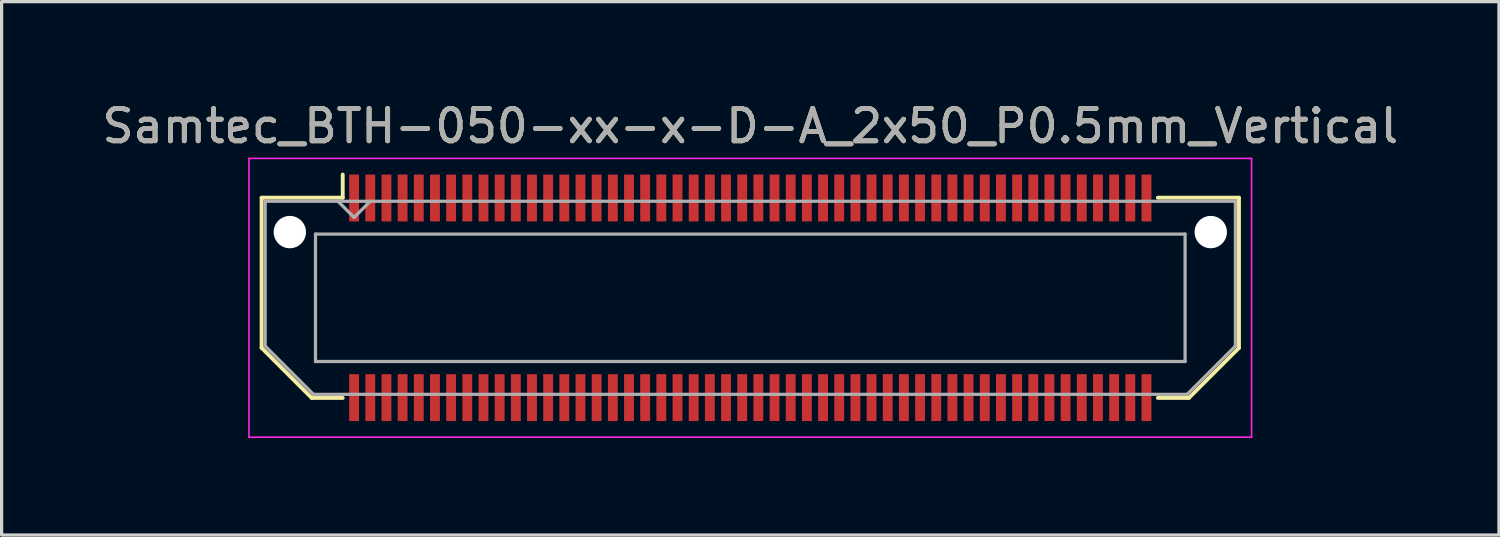
<source format=kicad_pcb>
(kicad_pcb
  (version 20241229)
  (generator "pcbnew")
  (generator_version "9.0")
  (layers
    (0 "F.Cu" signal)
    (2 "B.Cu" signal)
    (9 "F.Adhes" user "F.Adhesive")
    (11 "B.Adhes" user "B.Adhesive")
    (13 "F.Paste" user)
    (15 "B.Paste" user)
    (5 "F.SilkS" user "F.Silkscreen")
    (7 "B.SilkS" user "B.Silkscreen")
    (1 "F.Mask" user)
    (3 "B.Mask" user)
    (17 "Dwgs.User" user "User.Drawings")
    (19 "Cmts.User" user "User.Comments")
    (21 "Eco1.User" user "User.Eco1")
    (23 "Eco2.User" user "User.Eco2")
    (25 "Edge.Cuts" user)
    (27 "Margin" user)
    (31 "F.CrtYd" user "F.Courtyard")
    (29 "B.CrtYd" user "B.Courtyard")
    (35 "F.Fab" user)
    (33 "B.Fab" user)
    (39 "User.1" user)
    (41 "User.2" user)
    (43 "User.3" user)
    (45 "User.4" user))
  (footprint "Samtec_BTH-050-xx-x-D-A_2x50_P0.5mm_Vertical"
    (layer "F.Cu")
    (at 20.149 6.158)
    (property "Reference" "Samtec_BTH-050-xx-x-D-A_2x50_P0.5mm_Vertical" (at 0 -5.31 0) (layer "F.SilkS") (effects (font (size 1 1) (thickness 0.15))))
    (attr smd)
    (fp_line (start -15.11 -3.095) (end -15.11 1.548) (stroke (width 0.12) (type solid)) (layer "F.SilkS"))
    (fp_line (start -15.11 1.548) (end -13.562 3.095) (stroke (width 0.12) (type solid)) (layer "F.SilkS"))
    (fp_line (start -13.562 3.095) (end -12.602 3.095) (stroke (width 0.12) (type solid)) (layer "F.SilkS"))
    (fp_line (start -12.602 -3.811) (end -12.602 -3.095) (stroke (width 0.12) (type solid)) (layer "F.SilkS"))
    (fp_line (start -12.602 -3.095) (end -15.11 -3.095) (stroke (width 0.12) (type solid)) (layer "F.SilkS"))
    (fp_line (start 12.602 -3.095) (end 15.11 -3.095) (stroke (width 0.12) (type solid)) (layer "F.SilkS"))
    (fp_line (start 13.562 3.095) (end 12.602 3.095) (stroke (width 0.12) (type solid)) (layer "F.SilkS"))
    (fp_line (start 15.11 -3.095) (end 15.11 1.548) (stroke (width 0.12) (type solid)) (layer "F.SilkS"))
    (fp_line (start 15.11 1.548) (end 13.562 3.095) (stroke (width 0.12) (type solid)) (layer "F.SilkS"))
    (fp_line (start -15.5 -4.31) (end -15.5 4.31) (stroke (width 0.05) (type solid)) (layer "F.CrtYd"))
    (fp_line (start -15.5 4.31) (end 15.5 4.31) (stroke (width 0.05) (type solid)) (layer "F.CrtYd"))
    (fp_line (start 15.5 -4.31) (end -15.5 -4.31) (stroke (width 0.05) (type solid)) (layer "F.CrtYd"))
    (fp_line (start 15.5 4.31) (end 15.5 -4.31) (stroke (width 0.05) (type solid)) (layer "F.CrtYd"))
    (fp_line (start -15 -2.985) (end -15 1.492) (stroke (width 0.1) (type solid)) (layer "F.Fab"))
    (fp_line (start -15 -2.985) (end 15 -2.985) (stroke (width 0.1) (type solid)) (layer "F.Fab"))
    (fp_line (start -15 1.492) (end -13.508 2.985) (stroke (width 0.1) (type solid)) (layer "F.Fab"))
    (fp_line (start -13.508 2.985) (end 13.508 2.985) (stroke (width 0.1) (type solid)) (layer "F.Fab"))
    (fp_line (start -13.444 -1.97) (end -13.444 1.97) (stroke (width 0.1) (type solid)) (layer "F.Fab"))
    (fp_line (start -13.444 1.97) (end 13.444 1.97) (stroke (width 0.1) (type solid)) (layer "F.Fab"))
    (fp_line (start -12.25 -2.485) (end -12.75 -2.985) (stroke (width 0.1) (type solid)) (layer "F.Fab"))
    (fp_line (start -11.75 -2.985) (end -12.25 -2.485) (stroke (width 0.1) (type solid)) (layer "F.Fab"))
    (fp_line (start 13.444 -1.97) (end -13.444 -1.97) (stroke (width 0.1) (type solid)) (layer "F.Fab"))
    (fp_line (start 13.444 1.97) (end 13.444 -1.97) (stroke (width 0.1) (type solid)) (layer "F.Fab"))
    (fp_line (start 15 -2.985) (end 15 1.492) (stroke (width 0.1) (type solid)) (layer "F.Fab"))
    (fp_line (start 15 1.492) (end 13.508 2.985) (stroke (width 0.1) (type solid)) (layer "F.Fab"))
    (fp_text user "${REFERENCE}" (at 0 -5.31 0) (layer "F.Fab") (effects (font (size 1 1) (thickness 0.15))))
    (pad "" np_thru_hole circle (at -14.238 -2.032) (size 1 1) (drill 1) (layers "*.Cu" "*.Mask"))
    (pad "" np_thru_hole circle (at 14.238 -2.032) (size 1 1) (drill 1) (layers "*.Cu" "*.Mask"))
    (pad "1" smd rect (at -12.25 -3.086) (size 0.305 1.45) (layers "F.Cu" "F.Mask" "F.Paste"))
    (pad "2" smd rect (at -12.25 3.086) (size 0.305 1.45) (layers "F.Cu" "F.Mask" "F.Paste"))
    (pad "3" smd rect (at -11.75 -3.086) (size 0.305 1.45) (layers "F.Cu" "F.Mask" "F.Paste"))
    (pad "4" smd rect (at -11.75 3.086) (size 0.305 1.45) (layers "F.Cu" "F.Mask" "F.Paste"))
    (pad "5" smd rect (at -11.25 -3.086) (size 0.305 1.45) (layers "F.Cu" "F.Mask" "F.Paste"))
    (pad "6" smd rect (at -11.25 3.086) (size 0.305 1.45) (layers "F.Cu" "F.Mask" "F.Paste"))
    (pad "7" smd rect (at -10.75 -3.086) (size 0.305 1.45) (layers "F.Cu" "F.Mask" "F.Paste"))
    (pad "8" smd rect (at -10.75 3.086) (size 0.305 1.45) (layers "F.Cu" "F.Mask" "F.Paste"))
    (pad "9" smd rect (at -10.25 -3.086) (size 0.305 1.45) (layers "F.Cu" "F.Mask" "F.Paste"))
    (pad "10" smd rect (at -10.25 3.086) (size 0.305 1.45) (layers "F.Cu" "F.Mask" "F.Paste"))
    (pad "11" smd rect (at -9.75 -3.086) (size 0.305 1.45) (layers "F.Cu" "F.Mask" "F.Paste"))
    (pad "12" smd rect (at -9.75 3.086) (size 0.305 1.45) (layers "F.Cu" "F.Mask" "F.Paste"))
    (pad "13" smd rect (at -9.25 -3.086) (size 0.305 1.45) (layers "F.Cu" "F.Mask" "F.Paste"))
    (pad "14" smd rect (at -9.25 3.086) (size 0.305 1.45) (layers "F.Cu" "F.Mask" "F.Paste"))
    (pad "15" smd rect (at -8.75 -3.086) (size 0.305 1.45) (layers "F.Cu" "F.Mask" "F.Paste"))
    (pad "16" smd rect (at -8.75 3.086) (size 0.305 1.45) (layers "F.Cu" "F.Mask" "F.Paste"))
    (pad "17" smd rect (at -8.25 -3.086) (size 0.305 1.45) (layers "F.Cu" "F.Mask" "F.Paste"))
    (pad "18" smd rect (at -8.25 3.086) (size 0.305 1.45) (layers "F.Cu" "F.Mask" "F.Paste"))
    (pad "19" smd rect (at -7.75 -3.086) (size 0.305 1.45) (layers "F.Cu" "F.Mask" "F.Paste"))
    (pad "20" smd rect (at -7.75 3.086) (size 0.305 1.45) (layers "F.Cu" "F.Mask" "F.Paste"))
    (pad "21" smd rect (at -7.25 -3.086) (size 0.305 1.45) (layers "F.Cu" "F.Mask" "F.Paste"))
    (pad "22" smd rect (at -7.25 3.086) (size 0.305 1.45) (layers "F.Cu" "F.Mask" "F.Paste"))
    (pad "23" smd rect (at -6.75 -3.086) (size 0.305 1.45) (layers "F.Cu" "F.Mask" "F.Paste"))
    (pad "24" smd rect (at -6.75 3.086) (size 0.305 1.45) (layers "F.Cu" "F.Mask" "F.Paste"))
    (pad "25" smd rect (at -6.25 -3.086) (size 0.305 1.45) (layers "F.Cu" "F.Mask" "F.Paste"))
    (pad "26" smd rect (at -6.25 3.086) (size 0.305 1.45) (layers "F.Cu" "F.Mask" "F.Paste"))
    (pad "27" smd rect (at -5.75 -3.086) (size 0.305 1.45) (layers "F.Cu" "F.Mask" "F.Paste"))
    (pad "28" smd rect (at -5.75 3.086) (size 0.305 1.45) (layers "F.Cu" "F.Mask" "F.Paste"))
    (pad "29" smd rect (at -5.25 -3.086) (size 0.305 1.45) (layers "F.Cu" "F.Mask" "F.Paste"))
    (pad "30" smd rect (at -5.25 3.086) (size 0.305 1.45) (layers "F.Cu" "F.Mask" "F.Paste"))
    (pad "31" smd rect (at -4.75 -3.086) (size 0.305 1.45) (layers "F.Cu" "F.Mask" "F.Paste"))
    (pad "32" smd rect (at -4.75 3.086) (size 0.305 1.45) (layers "F.Cu" "F.Mask" "F.Paste"))
    (pad "33" smd rect (at -4.25 -3.086) (size 0.305 1.45) (layers "F.Cu" "F.Mask" "F.Paste"))
    (pad "34" smd rect (at -4.25 3.086) (size 0.305 1.45) (layers "F.Cu" "F.Mask" "F.Paste"))
    (pad "35" smd rect (at -3.75 -3.086) (size 0.305 1.45) (layers "F.Cu" "F.Mask" "F.Paste"))
    (pad "36" smd rect (at -3.75 3.086) (size 0.305 1.45) (layers "F.Cu" "F.Mask" "F.Paste"))
    (pad "37" smd rect (at -3.25 -3.086) (size 0.305 1.45) (layers "F.Cu" "F.Mask" "F.Paste"))
    (pad "38" smd rect (at -3.25 3.086) (size 0.305 1.45) (layers "F.Cu" "F.Mask" "F.Paste"))
    (pad "39" smd rect (at -2.75 -3.086) (size 0.305 1.45) (layers "F.Cu" "F.Mask" "F.Paste"))
    (pad "40" smd rect (at -2.75 3.086) (size 0.305 1.45) (layers "F.Cu" "F.Mask" "F.Paste"))
    (pad "41" smd rect (at -2.25 -3.086) (size 0.305 1.45) (layers "F.Cu" "F.Mask" "F.Paste"))
    (pad "42" smd rect (at -2.25 3.086) (size 0.305 1.45) (layers "F.Cu" "F.Mask" "F.Paste"))
    (pad "43" smd rect (at -1.75 -3.086) (size 0.305 1.45) (layers "F.Cu" "F.Mask" "F.Paste"))
    (pad "44" smd rect (at -1.75 3.086) (size 0.305 1.45) (layers "F.Cu" "F.Mask" "F.Paste"))
    (pad "45" smd rect (at -1.25 -3.086) (size 0.305 1.45) (layers "F.Cu" "F.Mask" "F.Paste"))
    (pad "46" smd rect (at -1.25 3.086) (size 0.305 1.45) (layers "F.Cu" "F.Mask" "F.Paste"))
    (pad "47" smd rect (at -0.75 -3.086) (size 0.305 1.45) (layers "F.Cu" "F.Mask" "F.Paste"))
    (pad "48" smd rect (at -0.75 3.086) (size 0.305 1.45) (layers "F.Cu" "F.Mask" "F.Paste"))
    (pad "49" smd rect (at -0.25 -3.086) (size 0.305 1.45) (layers "F.Cu" "F.Mask" "F.Paste"))
    (pad "50" smd rect (at -0.25 3.086) (size 0.305 1.45) (layers "F.Cu" "F.Mask" "F.Paste"))
    (pad "51" smd rect (at 0.25 -3.086) (size 0.305 1.45) (layers "F.Cu" "F.Mask" "F.Paste"))
    (pad "52" smd rect (at 0.25 3.086) (size 0.305 1.45) (layers "F.Cu" "F.Mask" "F.Paste"))
    (pad "53" smd rect (at 0.75 -3.086) (size 0.305 1.45) (layers "F.Cu" "F.Mask" "F.Paste"))
    (pad "54" smd rect (at 0.75 3.086) (size 0.305 1.45) (layers "F.Cu" "F.Mask" "F.Paste"))
    (pad "55" smd rect (at 1.25 -3.086) (size 0.305 1.45) (layers "F.Cu" "F.Mask" "F.Paste"))
    (pad "56" smd rect (at 1.25 3.086) (size 0.305 1.45) (layers "F.Cu" "F.Mask" "F.Paste"))
    (pad "57" smd rect (at 1.75 -3.086) (size 0.305 1.45) (layers "F.Cu" "F.Mask" "F.Paste"))
    (pad "58" smd rect (at 1.75 3.086) (size 0.305 1.45) (layers "F.Cu" "F.Mask" "F.Paste"))
    (pad "59" smd rect (at 2.25 -3.086) (size 0.305 1.45) (layers "F.Cu" "F.Mask" "F.Paste"))
    (pad "60" smd rect (at 2.25 3.086) (size 0.305 1.45) (layers "F.Cu" "F.Mask" "F.Paste"))
    (pad "61" smd rect (at 2.75 -3.086) (size 0.305 1.45) (layers "F.Cu" "F.Mask" "F.Paste"))
    (pad "62" smd rect (at 2.75 3.086) (size 0.305 1.45) (layers "F.Cu" "F.Mask" "F.Paste"))
    (pad "63" smd rect (at 3.25 -3.086) (size 0.305 1.45) (layers "F.Cu" "F.Mask" "F.Paste"))
    (pad "64" smd rect (at 3.25 3.086) (size 0.305 1.45) (layers "F.Cu" "F.Mask" "F.Paste"))
    (pad "65" smd rect (at 3.75 -3.086) (size 0.305 1.45) (layers "F.Cu" "F.Mask" "F.Paste"))
    (pad "66" smd rect (at 3.75 3.086) (size 0.305 1.45) (layers "F.Cu" "F.Mask" "F.Paste"))
    (pad "67" smd rect (at 4.25 -3.086) (size 0.305 1.45) (layers "F.Cu" "F.Mask" "F.Paste"))
    (pad "68" smd rect (at 4.25 3.086) (size 0.305 1.45) (layers "F.Cu" "F.Mask" "F.Paste"))
    (pad "69" smd rect (at 4.75 -3.086) (size 0.305 1.45) (layers "F.Cu" "F.Mask" "F.Paste"))
    (pad "70" smd rect (at 4.75 3.086) (size 0.305 1.45) (layers "F.Cu" "F.Mask" "F.Paste"))
    (pad "71" smd rect (at 5.25 -3.086) (size 0.305 1.45) (layers "F.Cu" "F.Mask" "F.Paste"))
    (pad "72" smd rect (at 5.25 3.086) (size 0.305 1.45) (layers "F.Cu" "F.Mask" "F.Paste"))
    (pad "73" smd rect (at 5.75 -3.086) (size 0.305 1.45) (layers "F.Cu" "F.Mask" "F.Paste"))
    (pad "74" smd rect (at 5.75 3.086) (size 0.305 1.45) (layers "F.Cu" "F.Mask" "F.Paste"))
    (pad "75" smd rect (at 6.25 -3.086) (size 0.305 1.45) (layers "F.Cu" "F.Mask" "F.Paste"))
    (pad "76" smd rect (at 6.25 3.086) (size 0.305 1.45) (layers "F.Cu" "F.Mask" "F.Paste"))
    (pad "77" smd rect (at 6.75 -3.086) (size 0.305 1.45) (layers "F.Cu" "F.Mask" "F.Paste"))
    (pad "78" smd rect (at 6.75 3.086) (size 0.305 1.45) (layers "F.Cu" "F.Mask" "F.Paste"))
    (pad "79" smd rect (at 7.25 -3.086) (size 0.305 1.45) (layers "F.Cu" "F.Mask" "F.Paste"))
    (pad "80" smd rect (at 7.25 3.086) (size 0.305 1.45) (layers "F.Cu" "F.Mask" "F.Paste"))
    (pad "81" smd rect (at 7.75 -3.086) (size 0.305 1.45) (layers "F.Cu" "F.Mask" "F.Paste"))
    (pad "82" smd rect (at 7.75 3.086) (size 0.305 1.45) (layers "F.Cu" "F.Mask" "F.Paste"))
    (pad "83" smd rect (at 8.25 -3.086) (size 0.305 1.45) (layers "F.Cu" "F.Mask" "F.Paste"))
    (pad "84" smd rect (at 8.25 3.086) (size 0.305 1.45) (layers "F.Cu" "F.Mask" "F.Paste"))
    (pad "85" smd rect (at 8.75 -3.086) (size 0.305 1.45) (layers "F.Cu" "F.Mask" "F.Paste"))
    (pad "86" smd rect (at 8.75 3.086) (size 0.305 1.45) (layers "F.Cu" "F.Mask" "F.Paste"))
    (pad "87" smd rect (at 9.25 -3.086) (size 0.305 1.45) (layers "F.Cu" "F.Mask" "F.Paste"))
    (pad "88" smd rect (at 9.25 3.086) (size 0.305 1.45) (layers "F.Cu" "F.Mask" "F.Paste"))
    (pad "89" smd rect (at 9.75 -3.086) (size 0.305 1.45) (layers "F.Cu" "F.Mask" "F.Paste"))
    (pad "90" smd rect (at 9.75 3.086) (size 0.305 1.45) (layers "F.Cu" "F.Mask" "F.Paste"))
    (pad "91" smd rect (at 10.25 -3.086) (size 0.305 1.45) (layers "F.Cu" "F.Mask" "F.Paste"))
    (pad "92" smd rect (at 10.25 3.086) (size 0.305 1.45) (layers "F.Cu" "F.Mask" "F.Paste"))
    (pad "93" smd rect (at 10.75 -3.086) (size 0.305 1.45) (layers "F.Cu" "F.Mask" "F.Paste"))
    (pad "94" smd rect (at 10.75 3.086) (size 0.305 1.45) (layers "F.Cu" "F.Mask" "F.Paste"))
    (pad "95" smd rect (at 11.25 -3.086) (size 0.305 1.45) (layers "F.Cu" "F.Mask" "F.Paste"))
    (pad "96" smd rect (at 11.25 3.086) (size 0.305 1.45) (layers "F.Cu" "F.Mask" "F.Paste"))
    (pad "97" smd rect (at 11.75 -3.086) (size 0.305 1.45) (layers "F.Cu" "F.Mask" "F.Paste"))
    (pad "98" smd rect (at 11.75 3.086) (size 0.305 1.45) (layers "F.Cu" "F.Mask" "F.Paste"))
    (pad "99" smd rect (at 12.25 -3.086) (size 0.305 1.45) (layers "F.Cu" "F.Mask" "F.Paste"))
    (pad "100" smd rect (at 12.25 3.086) (size 0.305 1.45) (layers "F.Cu" "F.Mask" "F.Paste")))
  (gr_rect
    (start -3 -3)
    (end 43.298 13.493)
    (stroke (width 0.1) (type default))
    (fill no)
    (layer "Edge.Cuts")))
</source>
